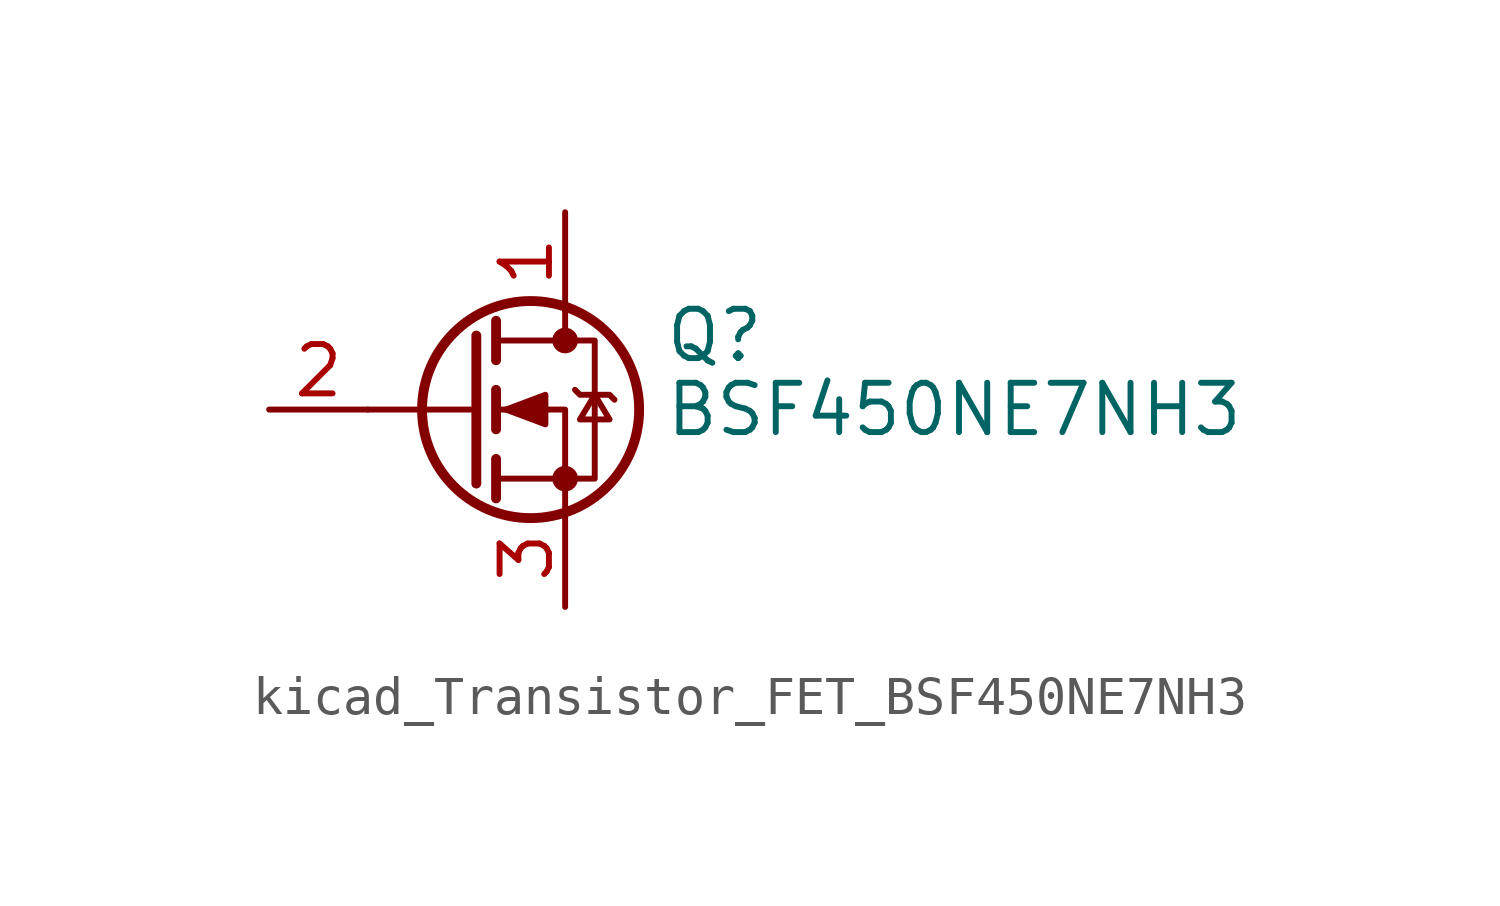
<source format=kicad_sym>
(kicad_symbol_lib
  (version 20220914)
  (generator kicad_symbol_editor)
  (symbol "kicad_Transistor_FET_BSF450NE7NH3"
    (pin_names hide)
    (property "Reference" "Q"
      (at 5.08 1.905 0)
      (effects (font (size 1.27 1.27)) (justify left)))
    (property "Value" "BSF450NE7NH3"
      (at 5.08 0 0)
      (effects (font (size 1.27 1.27)) (justify left)))
    (symbol "kicad_Transistor_FET_BSF450NE7NH3_0_1"
      (polyline (pts (xy 0.254 0) (xy -2.54 0)) (stroke (width 0) (type default)) (fill (type none)))
      (polyline (pts (xy 0.254 1.905) (xy 0.254 -1.905)) (stroke (width 0.254) (type default)) (fill (type none)))
      (polyline (pts (xy 0.762 -1.27) (xy 0.762 -2.286)) (stroke (width 0.254) (type default)) (fill (type none)))
      (polyline (pts (xy 0.762 0.508) (xy 0.762 -0.508)) (stroke (width 0.254) (type default)) (fill (type none)))
      (polyline (pts (xy 0.762 2.286) (xy 0.762 1.27)) (stroke (width 0.254) (type default)) (fill (type none)))
      (polyline (pts (xy 2.54 2.54) (xy 2.54 1.778)) (stroke (width 0) (type default)) (fill (type none)))
      (polyline (pts (xy 2.54 -2.54) (xy 2.54 0) (xy 0.762 0)) (stroke (width 0) (type default)) (fill (type none)))
      (polyline (pts (xy 0.762 -1.778) (xy 3.302 -1.778) (xy 3.302 1.778) (xy 0.762 1.778)) (stroke (width 0) (type default)) (fill (type none)))
      (polyline (pts (xy 1.016 0) (xy 2.032 0.381) (xy 2.032 -0.381) (xy 1.016 0)) (stroke (width 0) (type default)) (fill (type outline)))
      (polyline (pts (xy 2.794 0.508) (xy 2.921 0.381) (xy 3.683 0.381) (xy 3.81 0.254)) (stroke (width 0) (type default)) (fill (type none)))
      (polyline (pts (xy 3.302 0.381) (xy 2.921 -0.254) (xy 3.683 -0.254) (xy 3.302 0.381)) (stroke (width 0) (type default)) (fill (type none)))
      (circle (center 1.651 0) (radius 2.794) (stroke (width 0.254) (type default)) (fill (type none)))
      (circle (center 2.54 -1.778) (radius 0.254) (stroke (width 0) (type default)) (fill (type outline)))
      (circle (center 2.54 1.778) (radius 0.254) (stroke (width 0) (type default)) (fill (type outline))))
    (symbol "kicad_Transistor_FET_BSF450NE7NH3_1_1"
      (pin passive line (at 2.54 5.08 270) (length 2.54) (name "D" (effects (font (size 1.27 1.27)))) (number "1" (effects (font (size 1.27 1.27)))))
      (pin input line (at -5.08 0 0) (length 2.54) (name "G" (effects (font (size 1.27 1.27)))) (number "2" (effects (font (size 1.27 1.27)))))
      (pin passive line (at 2.54 -5.08 90) (length 2.54) (name "S" (effects (font (size 1.27 1.27)))) (number "3" (effects (font (size 1.27 1.27))))))))
</source>
